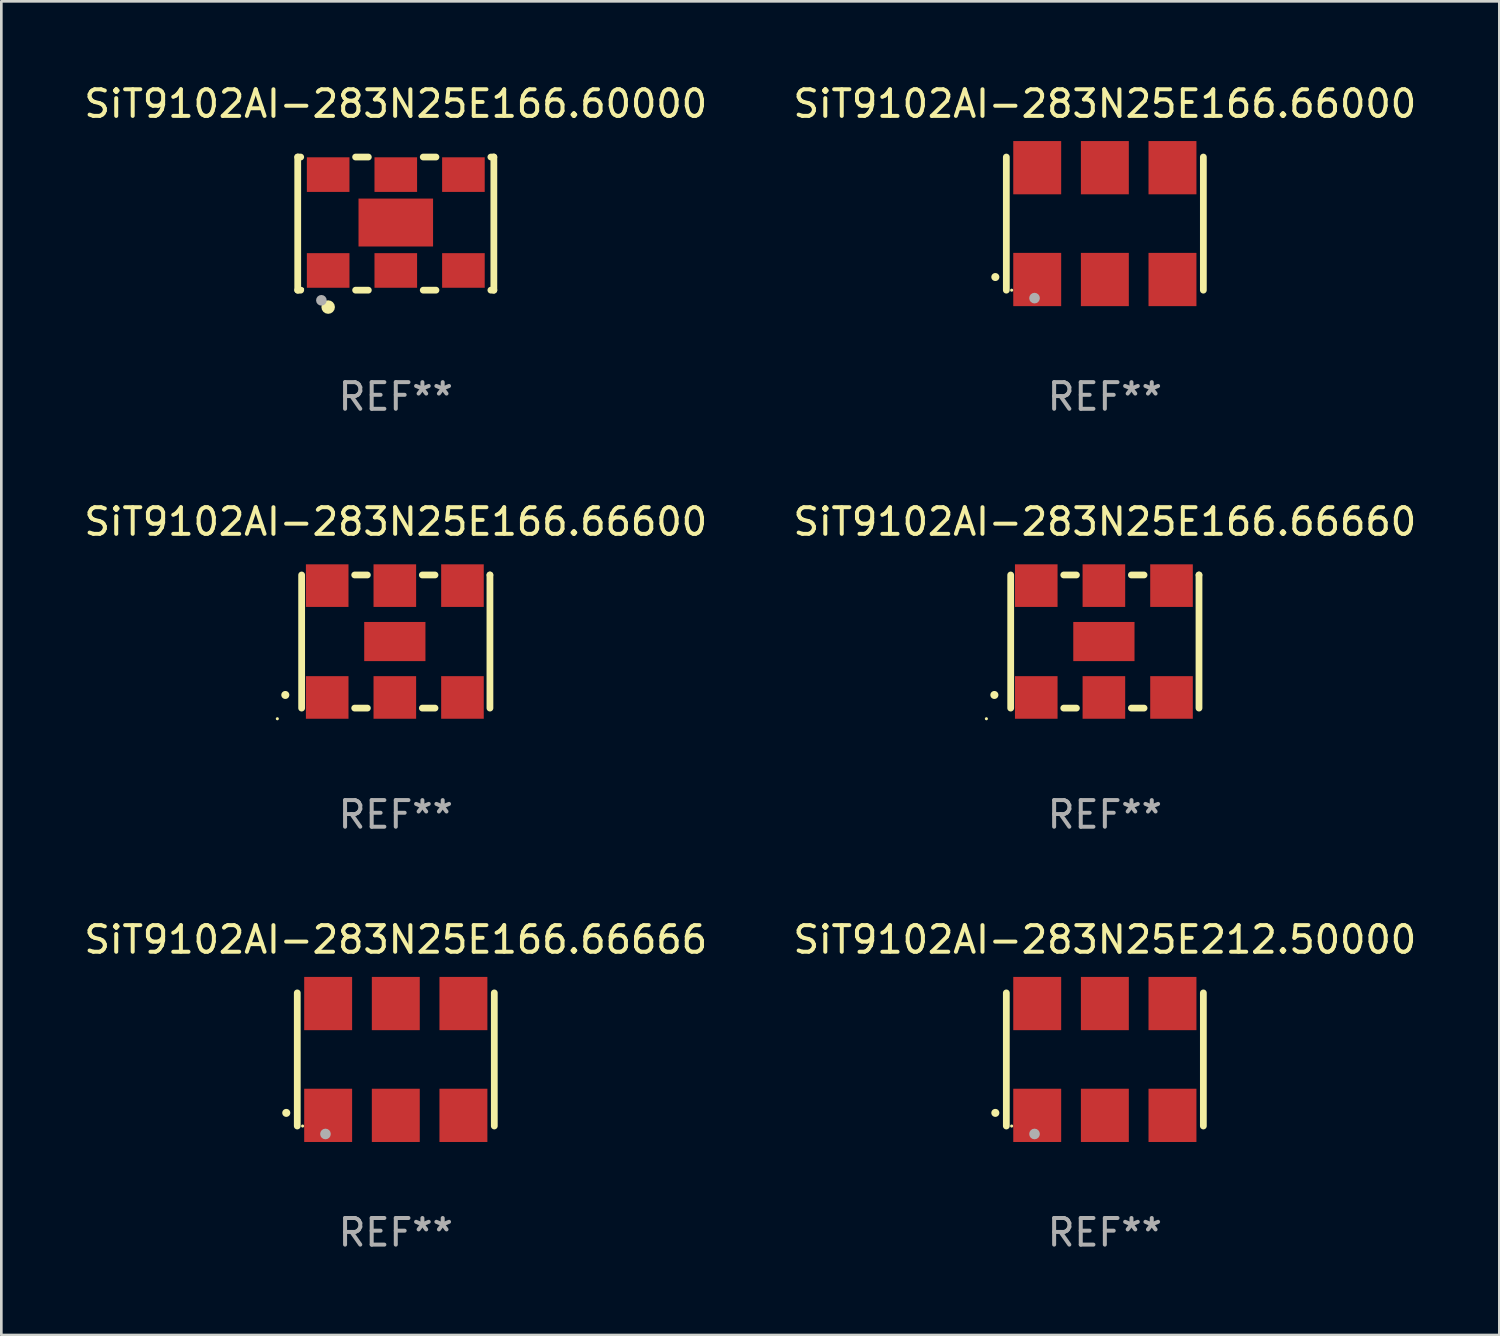
<source format=kicad_pcb>
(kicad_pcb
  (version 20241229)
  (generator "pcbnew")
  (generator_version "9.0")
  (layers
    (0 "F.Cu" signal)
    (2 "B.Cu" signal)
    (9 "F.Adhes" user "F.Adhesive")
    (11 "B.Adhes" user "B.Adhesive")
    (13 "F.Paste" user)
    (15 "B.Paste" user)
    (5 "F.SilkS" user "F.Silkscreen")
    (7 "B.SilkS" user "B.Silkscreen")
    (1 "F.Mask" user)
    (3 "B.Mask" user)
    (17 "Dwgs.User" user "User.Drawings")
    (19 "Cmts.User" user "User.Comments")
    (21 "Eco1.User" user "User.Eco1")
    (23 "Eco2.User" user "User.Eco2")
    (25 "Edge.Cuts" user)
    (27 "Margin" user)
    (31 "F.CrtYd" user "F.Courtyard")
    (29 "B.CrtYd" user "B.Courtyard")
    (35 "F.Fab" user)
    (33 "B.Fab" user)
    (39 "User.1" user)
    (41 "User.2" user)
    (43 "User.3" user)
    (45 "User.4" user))
  (footprint "SiT9102AI-283N25E166.66666"
    (layer "F.Cu")
    (at 11.815 36.741)
    (property "Reference" "SiT9102AI-283N25E166.66666" (at 0 -4.5 0) (layer "F.SilkS") (effects (font (size 1 1) (thickness 0.15))))
    (attr through_hole)
    (fp_line (start -3.7 -2.5) (end -3.7 2.5) (stroke (width 0.254) (type solid)) (layer "F.SilkS"))
    (fp_line (start 3.7 -2.5) (end 3.7 2.5) (stroke (width 0.254) (type solid)) (layer "F.SilkS"))
    (fp_arc (start -4.114415 2.006604) (mid -4.113145 2.006599) (end -4.111875 2.006604) (stroke (width 0.3) (type solid)) (layer "F.SilkS"))
    (fp_circle (center -3.5 2.501) (end -3.47 2.501) (stroke (width 0.06) (type solid)) (fill no) (layer "F.SilkS"))
    (fp_circle (center -2.641 2.799) (end -2.541 2.799) (stroke (width 0.2) (type solid)) (fill no) (layer "F.Fab"))
    (fp_text user "REF**" (at 0 6.5 0) (layer "F.Fab") (effects (font (size 1 1) (thickness 0.15))))
    (pad "1" smd rect (at -2.54 2.1) (size 1.8 2) (layers "F.Cu" "F.Mask" "F.Paste"))
    (pad "2" smd rect (at 0.000394 2.1) (size 1.8 2) (layers "F.Cu" "F.Mask" "F.Paste"))
    (pad "3" smd rect (at 2.54 2.1) (size 1.8 2) (layers "F.Cu" "F.Mask" "F.Paste"))
    (pad "4" smd rect (at 2.54 -2.1) (size 1.8 2) (layers "F.Cu" "F.Mask" "F.Paste"))
    (pad "5" smd rect (at 0.000394 -2.1) (size 1.8 2) (layers "F.Cu" "F.Mask" "F.Paste"))
    (pad "6" smd rect (at -2.54 -2.1) (size 1.8 2) (layers "F.Cu" "F.Mask" "F.Paste")))
  (footprint "SiT9102AI-283N25E166.60000"
    (layer "F.Cu")
    (at 11.815 5.348)
    (property "Reference" "SiT9102AI-283N25E166.60000" (at 0 -4.5 0) (layer "F.SilkS") (effects (font (size 1 1) (thickness 0.15))))
    (attr through_hole)
    (fp_line (start -3.683 -2.5) (end -3.571 -2.5) (stroke (width 0.254) (type solid)) (layer "F.SilkS"))
    (fp_line (start -3.683 2.5) (end -3.683 -2.5) (stroke (width 0.254) (type solid)) (layer "F.SilkS"))
    (fp_line (start -3.683 2.5) (end -3.571 2.5) (stroke (width 0.254) (type solid)) (layer "F.SilkS"))
    (fp_line (start -1.509 -2.5) (end -1.031 -2.5) (stroke (width 0.254) (type solid)) (layer "F.SilkS"))
    (fp_line (start -1.509 2.5) (end -1.031 2.5) (stroke (width 0.254) (type solid)) (layer "F.SilkS"))
    (fp_line (start 1.031 -2.5) (end 1.509 -2.5) (stroke (width 0.254) (type solid)) (layer "F.SilkS"))
    (fp_line (start 1.031 2.5) (end 1.509 2.5) (stroke (width 0.254) (type solid)) (layer "F.SilkS"))
    (fp_line (start 3.571 -2.5) (end 3.683 -2.5) (stroke (width 0.254) (type solid)) (layer "F.SilkS"))
    (fp_line (start 3.571 2.5) (end 3.683 2.5) (stroke (width 0.254) (type solid)) (layer "F.SilkS"))
    (fp_line (start 3.683 2.5) (end 3.683 -2.5) (stroke (width 0.254) (type solid)) (layer "F.SilkS"))
    (fp_circle (center -3.5 2.46) (end -3.47 2.46) (stroke (width 0.06) (type solid)) (fill no) (layer "F.SilkS"))
    (fp_circle (center -2.54 3.135) (end -2.413 3.135) (stroke (width 0.254) (type solid)) (fill no) (layer "F.SilkS"))
    (fp_circle (center -2.794 2.881) (end -2.694 2.881) (stroke (width 0.2) (type solid)) (fill no) (layer "F.Fab"))
    (fp_text user "REF**" (at 0 6.5 0) (layer "F.Fab") (effects (font (size 1 1) (thickness 0.15))))
    (pad "1" smd rect (at -2.54 1.76) (size 1.6 1.3) (layers "F.Cu" "F.Mask" "F.Paste"))
    (pad "2" smd rect (at 0 1.76) (size 1.6 1.3) (layers "F.Cu" "F.Mask" "F.Paste"))
    (pad "3" smd rect (at 2.54 1.76) (size 1.6 1.3) (layers "F.Cu" "F.Mask" "F.Paste"))
    (pad "4" smd rect (at 2.54 -1.84) (size 1.6 1.3) (layers "F.Cu" "F.Mask" "F.Paste"))
    (pad "5" smd rect (at 0 -1.84) (size 1.6 1.3) (layers "F.Cu" "F.Mask" "F.Paste"))
    (pad "6" smd rect (at -2.54 -1.84) (size 1.6 1.3) (layers "F.Cu" "F.Mask" "F.Paste"))
    (pad "7" smd rect (at 0 -0.04) (size 2.8 1.8) (layers "F.Cu" "F.Mask" "F.Paste")))
  (footprint "SiT9102AI-283N25E166.66000"
    (layer "F.Cu")
    (at 38.446 5.348)
    (property "Reference" "SiT9102AI-283N25E166.66000" (at 0 -4.5 0) (layer "F.SilkS") (effects (font (size 1 1) (thickness 0.15))))
    (attr through_hole)
    (fp_line (start -3.7 -2.5) (end -3.7 2.5) (stroke (width 0.254) (type solid)) (layer "F.SilkS"))
    (fp_line (start 3.7 -2.5) (end 3.7 2.5) (stroke (width 0.254) (type solid)) (layer "F.SilkS"))
    (fp_arc (start -4.114415 2.006604) (mid -4.113145 2.006599) (end -4.111875 2.006604) (stroke (width 0.3) (type solid)) (layer "F.SilkS"))
    (fp_circle (center -3.5 2.501) (end -3.47 2.501) (stroke (width 0.06) (type solid)) (fill no) (layer "F.SilkS"))
    (fp_circle (center -2.641 2.799) (end -2.541 2.799) (stroke (width 0.2) (type solid)) (fill no) (layer "F.Fab"))
    (fp_text user "REF**" (at 0 6.5 0) (layer "F.Fab") (effects (font (size 1 1) (thickness 0.15))))
    (pad "1" smd rect (at -2.54 2.1) (size 1.8 2) (layers "F.Cu" "F.Mask" "F.Paste"))
    (pad "2" smd rect (at 0.000394 2.1) (size 1.8 2) (layers "F.Cu" "F.Mask" "F.Paste"))
    (pad "3" smd rect (at 2.54 2.1) (size 1.8 2) (layers "F.Cu" "F.Mask" "F.Paste"))
    (pad "4" smd rect (at 2.54 -2.1) (size 1.8 2) (layers "F.Cu" "F.Mask" "F.Paste"))
    (pad "5" smd rect (at 0.000394 -2.1) (size 1.8 2) (layers "F.Cu" "F.Mask" "F.Paste"))
    (pad "6" smd rect (at -2.54 -2.1) (size 1.8 2) (layers "F.Cu" "F.Mask" "F.Paste")))
  (footprint "SiT9102AI-283N25E166.66660"
    (layer "F.Cu")
    (at 38.446 21.045)
    (property "Reference" "SiT9102AI-283N25E166.66660" (at 0 -4.5 0) (layer "F.SilkS") (effects (font (size 1 1) (thickness 0.15))))
    (attr through_hole)
    (fp_line (start -3.536 -2.5) (end -3.536 2.5) (stroke (width 0.254) (type solid)) (layer "F.SilkS"))
    (fp_line (start -1.544 2.5) (end -1.067 2.5) (stroke (width 0.254) (type solid)) (layer "F.SilkS"))
    (fp_line (start -1.067 -2.5) (end -1.544 -2.5) (stroke (width 0.254) (type solid)) (layer "F.SilkS"))
    (fp_line (start 0.996 2.5) (end 1.473 2.5) (stroke (width 0.254) (type solid)) (layer "F.SilkS"))
    (fp_line (start 1.473 -2.5) (end 0.996 -2.5) (stroke (width 0.254) (type solid)) (layer "F.SilkS"))
    (fp_line (start 3.536 -2.5) (end 3.536 -2.5) (stroke (width 0.254) (type solid)) (layer "F.SilkS"))
    (fp_line (start 3.536 2.5) (end 3.536 -2.5) (stroke (width 0.254) (type solid)) (layer "F.SilkS"))
    (fp_arc (start -4.150432 2.006604) (mid -4.149162 2.006599) (end -4.147892 2.006604) (stroke (width 0.3) (type solid)) (layer "F.SilkS"))
    (fp_circle (center -4.449 2.9) (end -4.419 2.9) (stroke (width 0.06) (type solid)) (fill no) (layer "F.SilkS"))
    (fp_text user "REF**" (at 0 6.5 0) (layer "F.Fab") (effects (font (size 1 1) (thickness 0.15))))
    (pad "1" smd rect (at -2.576 2.1) (size 1.6 1.6) (layers "F.Cu" "F.Mask" "F.Paste"))
    (pad "2" smd rect (at -0.036 2.1) (size 1.6 1.6) (layers "F.Cu" "F.Mask" "F.Paste"))
    (pad "3" smd rect (at 2.504 2.1) (size 1.6 1.6) (layers "F.Cu" "F.Mask" "F.Paste"))
    (pad "4" smd rect (at 2.504 -2.1) (size 1.6 1.6) (layers "F.Cu" "F.Mask" "F.Paste"))
    (pad "5" smd rect (at -0.036 -2.1) (size 1.6 1.6) (layers "F.Cu" "F.Mask" "F.Paste"))
    (pad "6" smd rect (at -2.576 -2.1) (size 1.6 1.6) (layers "F.Cu" "F.Mask" "F.Paste"))
    (pad "7" smd rect (at -0.036 0) (size 2.3 1.47) (layers "F.Cu" "F.Mask" "F.Paste")))
  (footprint "SiT9102AI-283N25E166.66600"
    (layer "F.Cu")
    (at 11.815 21.045)
    (property "Reference" "SiT9102AI-283N25E166.66600" (at 0 -4.5 0) (layer "F.SilkS") (effects (font (size 1 1) (thickness 0.15))))
    (attr through_hole)
    (fp_line (start -3.536 -2.5) (end -3.536 2.5) (stroke (width 0.254) (type solid)) (layer "F.SilkS"))
    (fp_line (start -1.544 2.5) (end -1.067 2.5) (stroke (width 0.254) (type solid)) (layer "F.SilkS"))
    (fp_line (start -1.067 -2.5) (end -1.544 -2.5) (stroke (width 0.254) (type solid)) (layer "F.SilkS"))
    (fp_line (start 0.996 2.5) (end 1.473 2.5) (stroke (width 0.254) (type solid)) (layer "F.SilkS"))
    (fp_line (start 1.473 -2.5) (end 0.996 -2.5) (stroke (width 0.254) (type solid)) (layer "F.SilkS"))
    (fp_line (start 3.536 -2.5) (end 3.536 -2.5) (stroke (width 0.254) (type solid)) (layer "F.SilkS"))
    (fp_line (start 3.536 2.5) (end 3.536 -2.5) (stroke (width 0.254) (type solid)) (layer "F.SilkS"))
    (fp_arc (start -4.150432 2.006604) (mid -4.149162 2.006599) (end -4.147892 2.006604) (stroke (width 0.3) (type solid)) (layer "F.SilkS"))
    (fp_circle (center -4.449 2.9) (end -4.419 2.9) (stroke (width 0.06) (type solid)) (fill no) (layer "F.SilkS"))
    (fp_text user "REF**" (at 0 6.5 0) (layer "F.Fab") (effects (font (size 1 1) (thickness 0.15))))
    (pad "1" smd rect (at -2.576 2.1) (size 1.6 1.6) (layers "F.Cu" "F.Mask" "F.Paste"))
    (pad "2" smd rect (at -0.036 2.1) (size 1.6 1.6) (layers "F.Cu" "F.Mask" "F.Paste"))
    (pad "3" smd rect (at 2.504 2.1) (size 1.6 1.6) (layers "F.Cu" "F.Mask" "F.Paste"))
    (pad "4" smd rect (at 2.504 -2.1) (size 1.6 1.6) (layers "F.Cu" "F.Mask" "F.Paste"))
    (pad "5" smd rect (at -0.036 -2.1) (size 1.6 1.6) (layers "F.Cu" "F.Mask" "F.Paste"))
    (pad "6" smd rect (at -2.576 -2.1) (size 1.6 1.6) (layers "F.Cu" "F.Mask" "F.Paste"))
    (pad "7" smd rect (at -0.036 0) (size 2.3 1.47) (layers "F.Cu" "F.Mask" "F.Paste")))
  (footprint "SiT9102AI-283N25E212.50000"
    (layer "F.Cu")
    (at 38.446 36.741)
    (property "Reference" "SiT9102AI-283N25E212.50000" (at 0 -4.5 0) (layer "F.SilkS") (effects (font (size 1 1) (thickness 0.15))))
    (attr through_hole)
    (fp_line (start -3.7 -2.5) (end -3.7 2.5) (stroke (width 0.254) (type solid)) (layer "F.SilkS"))
    (fp_line (start 3.7 -2.5) (end 3.7 2.5) (stroke (width 0.254) (type solid)) (layer "F.SilkS"))
    (fp_arc (start -4.114415 2.006604) (mid -4.113145 2.006599) (end -4.111875 2.006604) (stroke (width 0.3) (type solid)) (layer "F.SilkS"))
    (fp_circle (center -3.5 2.501) (end -3.47 2.501) (stroke (width 0.06) (type solid)) (fill no) (layer "F.SilkS"))
    (fp_circle (center -2.641 2.799) (end -2.541 2.799) (stroke (width 0.2) (type solid)) (fill no) (layer "F.Fab"))
    (fp_text user "REF**" (at 0 6.5 0) (layer "F.Fab") (effects (font (size 1 1) (thickness 0.15))))
    (pad "1" smd rect (at -2.54 2.1) (size 1.8 2) (layers "F.Cu" "F.Mask" "F.Paste"))
    (pad "2" smd rect (at 0.000394 2.1) (size 1.8 2) (layers "F.Cu" "F.Mask" "F.Paste"))
    (pad "3" smd rect (at 2.54 2.1) (size 1.8 2) (layers "F.Cu" "F.Mask" "F.Paste"))
    (pad "4" smd rect (at 2.54 -2.1) (size 1.8 2) (layers "F.Cu" "F.Mask" "F.Paste"))
    (pad "5" smd rect (at 0.000394 -2.1) (size 1.8 2) (layers "F.Cu" "F.Mask" "F.Paste"))
    (pad "6" smd rect (at -2.54 -2.1) (size 1.8 2) (layers "F.Cu" "F.Mask" "F.Paste")))
  (gr_rect
    (start -3 -3)
    (end 53.262 47.09)
    (stroke (width 0.1) (type default))
    (fill no)
    (layer "Edge.Cuts")))
</source>
